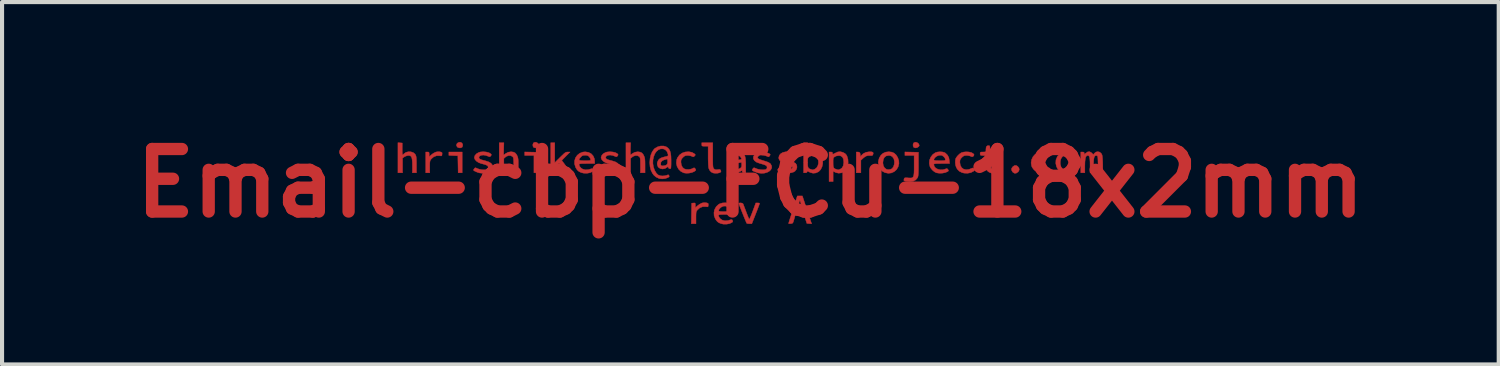
<source format=kicad_pcb>
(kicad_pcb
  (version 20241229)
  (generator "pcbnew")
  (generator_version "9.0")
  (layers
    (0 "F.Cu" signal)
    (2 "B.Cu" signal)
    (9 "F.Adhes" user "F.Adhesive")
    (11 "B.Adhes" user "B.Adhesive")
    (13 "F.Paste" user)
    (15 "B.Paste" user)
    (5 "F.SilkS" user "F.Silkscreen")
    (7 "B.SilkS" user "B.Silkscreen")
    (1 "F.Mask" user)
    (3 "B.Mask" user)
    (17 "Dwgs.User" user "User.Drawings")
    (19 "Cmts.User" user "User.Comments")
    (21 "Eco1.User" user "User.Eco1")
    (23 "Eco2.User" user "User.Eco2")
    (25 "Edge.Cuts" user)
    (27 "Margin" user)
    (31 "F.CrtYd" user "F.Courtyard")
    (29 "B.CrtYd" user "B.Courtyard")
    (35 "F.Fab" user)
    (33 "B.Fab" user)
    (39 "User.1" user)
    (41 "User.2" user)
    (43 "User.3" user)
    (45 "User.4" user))
  (footprint "Email-cbp-FCu-18x2mm"
    (layer "F.Cu")
    (at 15.247 1.418)
    (property "Reference" "Email-cbp-FCu-18x2mm" (at 0 0 0) (layer "F.Cu") (effects (font (size 1.524 1.524) (thickness 0.3))))
    (attr through_hole)
    (fp_poly (pts (xy -7.027 -0.254) (xy -7.125 -0.254) (xy -7.133 -0.67) (xy -7.243 -0.674) (xy -7.352 -0.679) (xy -7.352 -0.762) (xy -7.027 -0.762) (xy -7.027 -0.254)) (stroke (width 0.01) (type solid)) (fill yes) (layer "F.Cu"))
    (fp_poly (pts (xy -5.338 -0.759) (xy -5.172 -0.755) (xy -5.168 -0.504) (xy -5.164 -0.254) (xy -5.278 -0.254) (xy -5.278 -0.677) (xy -5.503 -0.677) (xy -5.503 -0.763) (xy -5.338 -0.759)) (stroke (width 0.01) (type solid)) (fill yes) (layer "F.Cu"))
    (fp_poly (pts (xy -7.064 -0.999) (xy -7.032 -0.98) (xy -7.014 -0.946) (xy -7.013 -0.934) (xy -7.019 -0.899) (xy -7.03 -0.878) (xy -7.062 -0.863) (xy -7.103 -0.863) (xy -7.139 -0.877) (xy -7.146 -0.883) (xy -7.167 -0.919) (xy -7.16 -0.957) (xy -7.143 -0.979) (xy -7.104 -0.999) (xy -7.064 -0.999)) (stroke (width 0.01) (type solid)) (fill yes) (layer "F.Cu"))
    (fp_poly (pts (xy -5.209 -0.994) (xy -5.174 -0.969) (xy -5.166 -0.957) (xy -5.153 -0.928) (xy -5.157 -0.908) (xy -5.171 -0.89) (xy -5.206 -0.868) (xy -5.247 -0.861) (xy -5.283 -0.873) (xy -5.289 -0.878) (xy -5.303 -0.908) (xy -5.304 -0.948) (xy -5.291 -0.981) (xy -5.285 -0.987) (xy -5.249 -1.001) (xy -5.209 -0.994)) (stroke (width 0.01) (type solid)) (fill yes) (layer "F.Cu"))
    (fp_poly (pts (xy 4.062 -0.994) (xy 4.097 -0.969) (xy 4.105 -0.957) (xy 4.118 -0.928) (xy 4.114 -0.908) (xy 4.1 -0.89) (xy 4.065 -0.868) (xy 4.024 -0.861) (xy 3.988 -0.873) (xy 3.982 -0.878) (xy 3.968 -0.908) (xy 3.967 -0.948) (xy 3.98 -0.981) (xy 3.986 -0.987) (xy 4.022 -1.001) (xy 4.062 -0.994)) (stroke (width 0.01) (type solid)) (fill yes) (layer "F.Cu"))
    (fp_poly (pts (xy 6.517 -0.413) (xy 6.55 -0.371) (xy 6.556 -0.326) (xy 6.535 -0.283) (xy 6.528 -0.276) (xy 6.484 -0.246) (xy 6.441 -0.243) (xy 6.401 -0.268) (xy 6.393 -0.277) (xy 6.368 -0.322) (xy 6.37 -0.362) (xy 6.399 -0.403) (xy 6.399 -0.403) (xy 6.441 -0.432) (xy 6.482 -0.433) (xy 6.517 -0.413)) (stroke (width 0.01) (type solid)) (fill yes) (layer "F.Cu"))
    (fp_poly (pts (xy 2.953 -0.766) (xy 2.984 -0.757) (xy 2.996 -0.74) (xy 2.993 -0.711) (xy 2.992 -0.709) (xy 2.982 -0.684) (xy 2.964 -0.674) (xy 2.928 -0.674) (xy 2.927 -0.674) (xy 2.866 -0.674) (xy 2.819 -0.661) (xy 2.772 -0.63) (xy 2.751 -0.612) (xy 2.695 -0.561) (xy 2.695 -0.254) (xy 2.582 -0.254) (xy 2.582 -0.762) (xy 2.623 -0.762) (xy 2.657 -0.755) (xy 2.675 -0.73) (xy 2.681 -0.684) (xy 2.681 -0.68) (xy 2.682 -0.654) (xy 2.689 -0.655) (xy 2.702 -0.673) (xy 2.752 -0.721) (xy 2.818 -0.754) (xy 2.894 -0.767) (xy 2.898 -0.767) (xy 2.953 -0.766)) (stroke (width 0.01) (type solid)) (fill yes) (layer "F.Cu"))
    (fp_poly (pts (xy -4.77 -0.502) (xy -4.639 -0.632) (xy -4.584 -0.685) (xy -4.545 -0.722) (xy -4.516 -0.745) (xy -4.492 -0.757) (xy -4.47 -0.761) (xy -4.452 -0.762) (xy -4.396 -0.762) (xy -4.498 -0.66) (xy -4.599 -0.557) (xy -4.487 -0.406) (xy -4.375 -0.254) (xy -4.435 -0.254) (xy -4.462 -0.255) (xy -4.483 -0.261) (xy -4.503 -0.275) (xy -4.527 -0.302) (xy -4.56 -0.347) (xy -4.579 -0.374) (xy -4.664 -0.492) (xy -4.717 -0.441) (xy -4.749 -0.406) (xy -4.765 -0.376) (xy -4.769 -0.337) (xy -4.77 -0.322) (xy -4.77 -0.254) (xy -4.868 -0.254) (xy -4.868 -0.988) (xy -4.77 -0.988) (xy -4.77 -0.502)) (stroke (width 0.01) (type solid)) (fill yes) (layer "F.Cu"))
    (fp_poly (pts (xy -7.573 -0.767) (xy -7.536 -0.758) (xy -7.517 -0.743) (xy -7.516 -0.736) (xy -7.518 -0.709) (xy -7.519 -0.69) (xy -7.524 -0.672) (xy -7.539 -0.666) (xy -7.573 -0.669) (xy -7.577 -0.67) (xy -7.654 -0.67) (xy -7.723 -0.643) (xy -7.775 -0.598) (xy -7.794 -0.575) (xy -7.806 -0.554) (xy -7.813 -0.528) (xy -7.817 -0.491) (xy -7.818 -0.435) (xy -7.818 -0.402) (xy -7.818 -0.254) (xy -7.916 -0.254) (xy -7.916 -0.762) (xy -7.874 -0.762) (xy -7.847 -0.76) (xy -7.835 -0.748) (xy -7.832 -0.719) (xy -7.832 -0.704) (xy -7.832 -0.646) (xy -7.776 -0.696) (xy -7.732 -0.729) (xy -7.683 -0.755) (xy -7.663 -0.762) (xy -7.618 -0.769) (xy -7.573 -0.767)) (stroke (width 0.01) (type solid)) (fill yes) (layer "F.Cu"))
    (fp_poly (pts (xy -1.082 0.475) (xy -1.045 0.484) (xy -1.026 0.499) (xy -1.024 0.505) (xy -1.027 0.533) (xy -1.028 0.552) (xy -1.032 0.57) (xy -1.048 0.576) (xy -1.081 0.572) (xy -1.086 0.572) (xy -1.163 0.572) (xy -1.232 0.599) (xy -1.283 0.643) (xy -1.303 0.666) (xy -1.315 0.688) (xy -1.322 0.713) (xy -1.325 0.751) (xy -1.326 0.806) (xy -1.326 0.84) (xy -1.326 0.988) (xy -1.44 0.988) (xy -1.436 0.737) (xy -1.432 0.487) (xy -1.386 0.482) (xy -1.358 0.481) (xy -1.344 0.49) (xy -1.341 0.516) (xy -1.341 0.537) (xy -1.341 0.596) (xy -1.285 0.546) (xy -1.24 0.513) (xy -1.192 0.487) (xy -1.172 0.48) (xy -1.127 0.473) (xy -1.082 0.475)) (stroke (width 0.01) (type solid)) (fill yes) (layer "F.Cu"))
    (fp_poly (pts (xy 3.933 -0.759) (xy 4.099 -0.755) (xy 4.099 -0.466) (xy 4.099 -0.365) (xy 4.098 -0.289) (xy 4.096 -0.233) (xy 4.092 -0.192) (xy 4.087 -0.163) (xy 4.08 -0.142) (xy 4.074 -0.131) (xy 4.032 -0.081) (xy 3.971 -0.049) (xy 3.895 -0.037) (xy 3.812 -0.044) (xy 3.768 -0.053) (xy 3.747 -0.062) (xy 3.742 -0.076) (xy 3.747 -0.101) (xy 3.747 -0.102) (xy 3.753 -0.121) (xy 3.764 -0.13) (xy 3.788 -0.134) (xy 3.83 -0.132) (xy 3.851 -0.13) (xy 3.897 -0.128) (xy 3.932 -0.13) (xy 3.957 -0.14) (xy 3.975 -0.162) (xy 3.985 -0.199) (xy 3.991 -0.253) (xy 3.993 -0.329) (xy 3.993 -0.43) (xy 3.993 -0.677) (xy 3.768 -0.677) (xy 3.768 -0.763) (xy 3.933 -0.759)) (stroke (width 0.01) (type solid)) (fill yes) (layer "F.Cu"))
    (fp_poly (pts (xy -8.541 -0.985) (xy -8.488 -0.981) (xy -8.489 -0.836) (xy -8.489 -0.776) (xy -8.487 -0.728) (xy -8.484 -0.698) (xy -8.481 -0.691) (xy -8.465 -0.701) (xy -8.445 -0.72) (xy -8.399 -0.753) (xy -8.34 -0.768) (xy -8.278 -0.766) (xy -8.221 -0.748) (xy -8.178 -0.713) (xy -8.17 -0.701) (xy -8.159 -0.68) (xy -8.151 -0.654) (xy -8.146 -0.619) (xy -8.143 -0.569) (xy -8.142 -0.499) (xy -8.142 -0.455) (xy -8.142 -0.254) (xy -8.241 -0.254) (xy -8.241 -0.424) (xy -8.242 -0.512) (xy -8.248 -0.577) (xy -8.257 -0.622) (xy -8.272 -0.651) (xy -8.289 -0.667) (xy -8.326 -0.677) (xy -8.375 -0.671) (xy -8.424 -0.652) (xy -8.434 -0.646) (xy -8.481 -0.614) (xy -8.481 -0.434) (xy -8.481 -0.254) (xy -8.594 -0.254) (xy -8.594 -0.989) (xy -8.541 -0.985)) (stroke (width 0.01) (type solid)) (fill yes) (layer "F.Cu"))
    (fp_poly (pts (xy -6.014 -0.84) (xy -6.015 -0.779) (xy -6.016 -0.73) (xy -6.015 -0.699) (xy -6.014 -0.691) (xy -6 -0.699) (xy -5.975 -0.718) (xy -5.973 -0.72) (xy -5.907 -0.756) (xy -5.835 -0.768) (xy -5.776 -0.759) (xy -5.737 -0.74) (xy -5.708 -0.708) (xy -5.69 -0.678) (xy -5.677 -0.648) (xy -5.668 -0.618) (xy -5.662 -0.58) (xy -5.659 -0.529) (xy -5.659 -0.457) (xy -5.659 -0.434) (xy -5.659 -0.254) (xy -5.771 -0.254) (xy -5.771 -0.437) (xy -5.772 -0.514) (xy -5.774 -0.567) (xy -5.777 -0.603) (xy -5.783 -0.626) (xy -5.793 -0.642) (xy -5.8 -0.649) (xy -5.842 -0.673) (xy -5.894 -0.675) (xy -5.947 -0.656) (xy -5.968 -0.641) (xy -6.011 -0.604) (xy -6.011 -0.254) (xy -6.124 -0.254) (xy -6.124 -0.988) (xy -6.01 -0.988) (xy -6.014 -0.84)) (stroke (width 0.01) (type solid)) (fill yes) (layer "F.Cu"))
    (fp_poly (pts (xy -2.924 -0.84) (xy -2.925 -0.779) (xy -2.925 -0.73) (xy -2.925 -0.699) (xy -2.923 -0.691) (xy -2.91 -0.699) (xy -2.885 -0.718) (xy -2.883 -0.72) (xy -2.817 -0.756) (xy -2.745 -0.768) (xy -2.686 -0.759) (xy -2.646 -0.74) (xy -2.617 -0.708) (xy -2.6 -0.678) (xy -2.587 -0.648) (xy -2.577 -0.618) (xy -2.572 -0.58) (xy -2.569 -0.529) (xy -2.568 -0.457) (xy -2.568 -0.434) (xy -2.568 -0.254) (xy -2.681 -0.254) (xy -2.681 -0.437) (xy -2.682 -0.514) (xy -2.683 -0.567) (xy -2.687 -0.603) (xy -2.693 -0.626) (xy -2.703 -0.642) (xy -2.709 -0.649) (xy -2.752 -0.673) (xy -2.804 -0.675) (xy -2.856 -0.656) (xy -2.878 -0.641) (xy -2.921 -0.604) (xy -2.921 -0.254) (xy -3.034 -0.254) (xy -3.034 -0.988) (xy -2.919 -0.988) (xy -2.924 -0.84)) (stroke (width 0.01) (type solid)) (fill yes) (layer "F.Cu"))
    (fp_poly (pts (xy -0.917 -0.684) (xy -0.917 -0.584) (xy -0.916 -0.508) (xy -0.915 -0.453) (xy -0.912 -0.414) (xy -0.908 -0.388) (xy -0.902 -0.37) (xy -0.894 -0.358) (xy -0.888 -0.352) (xy -0.864 -0.334) (xy -0.835 -0.329) (xy -0.797 -0.332) (xy -0.757 -0.337) (xy -0.736 -0.332) (xy -0.724 -0.316) (xy -0.721 -0.308) (xy -0.716 -0.283) (xy -0.731 -0.266) (xy -0.746 -0.258) (xy -0.796 -0.245) (xy -0.857 -0.243) (xy -0.91 -0.25) (xy -0.956 -0.274) (xy -0.994 -0.317) (xy -1.016 -0.366) (xy -1.021 -0.397) (xy -1.025 -0.45) (xy -1.028 -0.519) (xy -1.03 -0.599) (xy -1.03 -0.66) (xy -1.03 -0.903) (xy -1.108 -0.903) (xy -1.152 -0.904) (xy -1.175 -0.908) (xy -1.184 -0.921) (xy -1.185 -0.945) (xy -1.185 -0.988) (xy -0.917 -0.988) (xy -0.917 -0.684)) (stroke (width 0.01) (type solid)) (fill yes) (layer "F.Cu"))
    (fp_poly (pts (xy 1.381 0.65) (xy 1.494 0.989) (xy 1.436 0.985) (xy 1.378 0.981) (xy 1.348 0.889) (xy 1.319 0.797) (xy 1.205 0.793) (xy 1.091 0.789) (xy 1.064 0.885) (xy 1.049 0.935) (xy 1.037 0.964) (xy 1.022 0.978) (xy 1 0.984) (xy 0.984 0.985) (xy 0.95 0.986) (xy 0.932 0.982) (xy 0.931 0.98) (xy 0.936 0.965) (xy 0.947 0.926) (xy 0.965 0.869) (xy 0.989 0.795) (xy 1.016 0.71) (xy 1.017 0.706) (xy 1.118 0.706) (xy 1.295 0.706) (xy 1.254 0.568) (xy 1.237 0.509) (xy 1.222 0.46) (xy 1.212 0.427) (xy 1.209 0.418) (xy 1.204 0.425) (xy 1.193 0.455) (xy 1.178 0.502) (xy 1.162 0.555) (xy 1.118 0.706) (xy 1.017 0.706) (xy 1.038 0.641) (xy 1.145 0.31) (xy 1.268 0.31) (xy 1.381 0.65)) (stroke (width 0.01) (type solid)) (fill yes) (layer "F.Cu"))
    (fp_poly (pts (xy -0.212 0.483) (xy -0.185 0.494) (xy -0.177 0.504) (xy -0.168 0.527) (xy -0.152 0.569) (xy -0.13 0.626) (xy -0.105 0.692) (xy -0.103 0.699) (xy -0.078 0.763) (xy -0.056 0.818) (xy -0.039 0.858) (xy -0.03 0.878) (xy -0.029 0.879) (xy -0.021 0.87) (xy -0.006 0.839) (xy 0.016 0.79) (xy 0.041 0.727) (xy 0.057 0.685) (xy 0.133 0.48) (xy 0.179 0.48) (xy 0.211 0.483) (xy 0.226 0.49) (xy 0.226 0.49) (xy 0.221 0.506) (xy 0.208 0.544) (xy 0.187 0.599) (xy 0.161 0.668) (xy 0.131 0.744) (xy 0.035 0.988) (xy -0.024 0.988) (xy -0.062 0.985) (xy -0.086 0.98) (xy -0.089 0.977) (xy -0.098 0.958) (xy -0.115 0.918) (xy -0.138 0.863) (xy -0.164 0.799) (xy -0.192 0.729) (xy -0.219 0.661) (xy -0.244 0.598) (xy -0.264 0.545) (xy -0.277 0.509) (xy -0.282 0.494) (xy -0.271 0.482) (xy -0.244 0.479) (xy -0.212 0.483)) (stroke (width 0.01) (type solid)) (fill yes) (layer "F.Cu"))
    (fp_poly (pts (xy 7.22 -0.756) (xy 7.257 -0.742) (xy 7.295 -0.72) (xy 7.307 -0.698) (xy 7.297 -0.67) (xy 7.288 -0.658) (xy 7.272 -0.64) (xy 7.255 -0.641) (xy 7.233 -0.654) (xy 7.184 -0.673) (xy 7.123 -0.677) (xy 7.064 -0.667) (xy 7.028 -0.649) (xy 6.984 -0.603) (xy 6.961 -0.546) (xy 6.959 -0.486) (xy 6.976 -0.428) (xy 7.012 -0.379) (xy 7.064 -0.345) (xy 7.081 -0.339) (xy 7.152 -0.333) (xy 7.222 -0.349) (xy 7.25 -0.364) (xy 7.275 -0.377) (xy 7.292 -0.371) (xy 7.303 -0.358) (xy 7.317 -0.331) (xy 7.311 -0.309) (xy 7.282 -0.285) (xy 7.27 -0.278) (xy 7.217 -0.258) (xy 7.148 -0.247) (xy 7.077 -0.247) (xy 7.023 -0.256) (xy 6.967 -0.284) (xy 6.914 -0.33) (xy 6.872 -0.386) (xy 6.857 -0.42) (xy 6.845 -0.497) (xy 6.858 -0.575) (xy 6.892 -0.648) (xy 6.945 -0.707) (xy 6.989 -0.736) (xy 7.061 -0.76) (xy 7.142 -0.767) (xy 7.22 -0.756)) (stroke (width 0.01) (type solid)) (fill yes) (layer "F.Cu"))
    (fp_poly (pts (xy -1.423 -0.753) (xy -1.367 -0.721) (xy -1.345 -0.701) (xy -1.343 -0.686) (xy -1.36 -0.665) (xy -1.381 -0.646) (xy -1.401 -0.645) (xy -1.426 -0.657) (xy -1.466 -0.67) (xy -1.516 -0.677) (xy -1.532 -0.677) (xy -1.577 -0.674) (xy -1.611 -0.659) (xy -1.645 -0.629) (xy -1.676 -0.594) (xy -1.69 -0.56) (xy -1.693 -0.515) (xy -1.683 -0.445) (xy -1.655 -0.388) (xy -1.613 -0.352) (xy -1.563 -0.337) (xy -1.502 -0.336) (xy -1.441 -0.347) (xy -1.413 -0.359) (xy -1.382 -0.374) (xy -1.364 -0.375) (xy -1.35 -0.362) (xy -1.347 -0.357) (xy -1.331 -0.333) (xy -1.332 -0.316) (xy -1.353 -0.297) (xy -1.376 -0.282) (xy -1.428 -0.261) (xy -1.495 -0.247) (xy -1.564 -0.244) (xy -1.622 -0.252) (xy -1.626 -0.253) (xy -1.697 -0.29) (xy -1.752 -0.345) (xy -1.789 -0.414) (xy -1.805 -0.49) (xy -1.798 -0.569) (xy -1.779 -0.62) (xy -1.729 -0.689) (xy -1.662 -0.737) (xy -1.589 -0.762) (xy -1.501 -0.769) (xy -1.423 -0.753)) (stroke (width 0.01) (type solid)) (fill yes) (layer "F.Cu"))
    (fp_poly (pts (xy 3.452 -0.758) (xy 3.504 -0.735) (xy 3.555 -0.689) (xy 3.595 -0.624) (xy 3.619 -0.551) (xy 3.623 -0.48) (xy 3.603 -0.399) (xy 3.563 -0.332) (xy 3.506 -0.282) (xy 3.438 -0.251) (xy 3.363 -0.242) (xy 3.286 -0.258) (xy 3.274 -0.262) (xy 3.214 -0.296) (xy 3.17 -0.342) (xy 3.145 -0.384) (xy 3.122 -0.459) (xy 3.122 -0.496) (xy 3.231 -0.496) (xy 3.242 -0.428) (xy 3.273 -0.374) (xy 3.32 -0.339) (xy 3.322 -0.338) (xy 3.363 -0.332) (xy 3.412 -0.338) (xy 3.452 -0.355) (xy 3.455 -0.357) (xy 3.488 -0.4) (xy 3.508 -0.459) (xy 3.513 -0.524) (xy 3.501 -0.587) (xy 3.492 -0.607) (xy 3.458 -0.652) (xy 3.409 -0.674) (xy 3.373 -0.677) (xy 3.312 -0.666) (xy 3.268 -0.632) (xy 3.241 -0.576) (xy 3.231 -0.499) (xy 3.231 -0.496) (xy 3.122 -0.496) (xy 3.121 -0.538) (xy 3.142 -0.616) (xy 3.183 -0.684) (xy 3.234 -0.73) (xy 3.301 -0.759) (xy 3.377 -0.768) (xy 3.452 -0.758)) (stroke (width 0.01) (type solid)) (fill yes) (layer "F.Cu"))
    (fp_poly (pts (xy 5.324 -0.763) (xy 5.382 -0.751) (xy 5.4 -0.743) (xy 5.44 -0.718) (xy 5.455 -0.697) (xy 5.448 -0.673) (xy 5.44 -0.663) (xy 5.42 -0.646) (xy 5.4 -0.646) (xy 5.375 -0.657) (xy 5.336 -0.67) (xy 5.286 -0.677) (xy 5.27 -0.677) (xy 5.224 -0.674) (xy 5.191 -0.659) (xy 5.156 -0.629) (xy 5.126 -0.594) (xy 5.112 -0.561) (xy 5.108 -0.515) (xy 5.108 -0.513) (xy 5.119 -0.439) (xy 5.15 -0.382) (xy 5.198 -0.345) (xy 5.259 -0.33) (xy 5.33 -0.338) (xy 5.393 -0.362) (xy 5.422 -0.373) (xy 5.44 -0.367) (xy 5.453 -0.349) (xy 5.467 -0.325) (xy 5.461 -0.308) (xy 5.444 -0.294) (xy 5.376 -0.259) (xy 5.296 -0.243) (xy 5.211 -0.247) (xy 5.16 -0.26) (xy 5.096 -0.292) (xy 5.049 -0.339) (xy 5.022 -0.384) (xy 5.004 -0.436) (xy 4.996 -0.499) (xy 4.998 -0.561) (xy 5.01 -0.609) (xy 5.011 -0.611) (xy 5.047 -0.662) (xy 5.096 -0.711) (xy 5.143 -0.744) (xy 5.193 -0.759) (xy 5.257 -0.766) (xy 5.324 -0.763)) (stroke (width 0.01) (type solid)) (fill yes) (layer "F.Cu"))
    (fp_poly (pts (xy 5.825 -0.916) (xy 5.837 -0.907) (xy 5.841 -0.883) (xy 5.842 -0.84) (xy 5.842 -0.762) (xy 6.082 -0.762) (xy 6.082 -0.677) (xy 5.842 -0.677) (xy 5.842 -0.538) (xy 5.844 -0.457) (xy 5.851 -0.401) (xy 5.867 -0.364) (xy 5.894 -0.343) (xy 5.935 -0.334) (xy 5.985 -0.333) (xy 6.043 -0.33) (xy 6.077 -0.321) (xy 6.093 -0.304) (xy 6.096 -0.286) (xy 6.083 -0.271) (xy 6.05 -0.257) (xy 6.004 -0.247) (xy 5.953 -0.242) (xy 5.904 -0.243) (xy 5.87 -0.249) (xy 5.821 -0.269) (xy 5.785 -0.296) (xy 5.761 -0.333) (xy 5.747 -0.386) (xy 5.74 -0.458) (xy 5.738 -0.521) (xy 5.736 -0.67) (xy 5.669 -0.675) (xy 5.629 -0.678) (xy 5.609 -0.686) (xy 5.603 -0.704) (xy 5.602 -0.72) (xy 5.604 -0.745) (xy 5.613 -0.757) (xy 5.638 -0.762) (xy 5.673 -0.762) (xy 5.714 -0.763) (xy 5.735 -0.769) (xy 5.743 -0.784) (xy 5.743 -0.808) (xy 5.747 -0.865) (xy 5.759 -0.899) (xy 5.782 -0.915) (xy 5.801 -0.917) (xy 5.825 -0.916)) (stroke (width 0.01) (type solid)) (fill yes) (layer "F.Cu"))
    (fp_poly (pts (xy 7.781 -0.753) (xy 7.851 -0.716) (xy 7.905 -0.659) (xy 7.939 -0.582) (xy 7.94 -0.579) (xy 7.951 -0.492) (xy 7.936 -0.413) (xy 7.901 -0.345) (xy 7.848 -0.292) (xy 7.781 -0.257) (xy 7.703 -0.243) (xy 7.618 -0.253) (xy 7.611 -0.255) (xy 7.549 -0.287) (xy 7.498 -0.34) (xy 7.464 -0.407) (xy 7.451 -0.465) (xy 7.557 -0.465) (xy 7.576 -0.399) (xy 7.58 -0.391) (xy 7.614 -0.355) (xy 7.663 -0.337) (xy 7.719 -0.336) (xy 7.774 -0.354) (xy 7.785 -0.361) (xy 7.81 -0.389) (xy 7.831 -0.435) (xy 7.844 -0.486) (xy 7.846 -0.512) (xy 7.838 -0.551) (xy 7.82 -0.597) (xy 7.796 -0.638) (xy 7.779 -0.658) (xy 7.739 -0.674) (xy 7.687 -0.676) (xy 7.638 -0.666) (xy 7.61 -0.65) (xy 7.575 -0.599) (xy 7.557 -0.535) (xy 7.557 -0.465) (xy 7.451 -0.465) (xy 7.447 -0.484) (xy 7.451 -0.564) (xy 7.455 -0.579) (xy 7.488 -0.656) (xy 7.541 -0.714) (xy 7.611 -0.752) (xy 7.694 -0.766) (xy 7.698 -0.766) (xy 7.781 -0.753)) (stroke (width 0.01) (type solid)) (fill yes) (layer "F.Cu"))
    (fp_poly (pts (xy 1.397 -0.707) (xy 1.449 -0.737) (xy 1.51 -0.761) (xy 1.578 -0.767) (xy 1.641 -0.756) (xy 1.669 -0.741) (xy 1.718 -0.694) (xy 1.749 -0.63) (xy 1.765 -0.556) (xy 1.765 -0.478) (xy 1.748 -0.402) (xy 1.715 -0.335) (xy 1.667 -0.284) (xy 1.664 -0.282) (xy 1.599 -0.251) (xy 1.528 -0.244) (xy 1.459 -0.263) (xy 1.45 -0.267) (xy 1.412 -0.288) (xy 1.392 -0.295) (xy 1.384 -0.289) (xy 1.383 -0.275) (xy 1.37 -0.258) (xy 1.341 -0.254) (xy 1.298 -0.254) (xy 1.298 -0.504) (xy 1.397 -0.504) (xy 1.397 -0.503) (xy 1.398 -0.438) (xy 1.405 -0.395) (xy 1.418 -0.368) (xy 1.443 -0.351) (xy 1.477 -0.339) (xy 1.507 -0.33) (xy 1.521 -0.326) (xy 1.535 -0.33) (xy 1.565 -0.341) (xy 1.572 -0.344) (xy 1.615 -0.376) (xy 1.645 -0.427) (xy 1.66 -0.487) (xy 1.658 -0.552) (xy 1.64 -0.611) (xy 1.625 -0.635) (xy 1.587 -0.664) (xy 1.535 -0.675) (xy 1.479 -0.666) (xy 1.443 -0.65) (xy 1.421 -0.635) (xy 1.407 -0.62) (xy 1.4 -0.598) (xy 1.397 -0.561) (xy 1.397 -0.504) (xy 1.298 -0.504) (xy 1.298 -0.988) (xy 1.397 -0.988) (xy 1.397 -0.707)) (stroke (width 0.01) (type solid)) (fill yes) (layer "F.Cu"))
    (fp_poly (pts (xy 8.518 -0.759) (xy 8.556 -0.727) (xy 8.575 -0.691) (xy 8.582 -0.657) (xy 8.587 -0.601) (xy 8.591 -0.53) (xy 8.593 -0.449) (xy 8.593 -0.448) (xy 8.594 -0.254) (xy 8.482 -0.254) (xy 8.478 -0.462) (xy 8.476 -0.543) (xy 8.474 -0.599) (xy 8.471 -0.637) (xy 8.466 -0.658) (xy 8.459 -0.669) (xy 8.449 -0.674) (xy 8.443 -0.675) (xy 8.416 -0.673) (xy 8.395 -0.657) (xy 8.381 -0.624) (xy 8.372 -0.57) (xy 8.368 -0.494) (xy 8.368 -0.434) (xy 8.368 -0.254) (xy 8.283 -0.254) (xy 8.283 -0.429) (xy 8.282 -0.523) (xy 8.277 -0.591) (xy 8.269 -0.637) (xy 8.256 -0.664) (xy 8.237 -0.676) (xy 8.227 -0.677) (xy 8.2 -0.669) (xy 8.18 -0.643) (xy 8.167 -0.595) (xy 8.159 -0.525) (xy 8.156 -0.43) (xy 8.156 -0.424) (xy 8.156 -0.254) (xy 8.057 -0.254) (xy 8.057 -0.762) (xy 8.1 -0.762) (xy 8.13 -0.758) (xy 8.141 -0.742) (xy 8.142 -0.731) (xy 8.142 -0.701) (xy 8.174 -0.73) (xy 8.223 -0.764) (xy 8.269 -0.77) (xy 8.312 -0.748) (xy 8.323 -0.739) (xy 8.363 -0.698) (xy 8.386 -0.728) (xy 8.426 -0.761) (xy 8.472 -0.77) (xy 8.518 -0.759)) (stroke (width 0.01) (type solid)) (fill yes) (layer "F.Cu"))
    (fp_poly (pts (xy 2.253 -0.754) (xy 2.265 -0.749) (xy 2.311 -0.723) (xy 2.342 -0.689) (xy 2.357 -0.66) (xy 2.38 -0.583) (xy 2.384 -0.501) (xy 2.372 -0.421) (xy 2.344 -0.35) (xy 2.301 -0.294) (xy 2.286 -0.282) (xy 2.222 -0.253) (xy 2.152 -0.245) (xy 2.084 -0.26) (xy 2.071 -0.266) (xy 2.018 -0.293) (xy 2.018 -0.042) (xy 1.919 -0.042) (xy 1.919 -0.504) (xy 2.018 -0.504) (xy 2.018 -0.503) (xy 2.019 -0.438) (xy 2.025 -0.395) (xy 2.039 -0.368) (xy 2.064 -0.351) (xy 2.098 -0.339) (xy 2.127 -0.33) (xy 2.139 -0.326) (xy 2.152 -0.329) (xy 2.181 -0.339) (xy 2.186 -0.34) (xy 2.232 -0.371) (xy 2.263 -0.423) (xy 2.276 -0.495) (xy 2.276 -0.52) (xy 2.268 -0.591) (xy 2.243 -0.64) (xy 2.201 -0.667) (xy 2.165 -0.674) (xy 2.097 -0.665) (xy 2.064 -0.65) (xy 2.041 -0.635) (xy 2.028 -0.62) (xy 2.021 -0.598) (xy 2.018 -0.561) (xy 2.018 -0.504) (xy 1.919 -0.504) (xy 1.919 -0.762) (xy 1.961 -0.762) (xy 1.992 -0.758) (xy 2.003 -0.741) (xy 2.004 -0.734) (xy 2.005 -0.713) (xy 2.013 -0.708) (xy 2.035 -0.717) (xy 2.063 -0.732) (xy 2.13 -0.763) (xy 2.19 -0.77) (xy 2.253 -0.754)) (stroke (width 0.01) (type solid)) (fill yes) (layer "F.Cu"))
    (fp_poly (pts (xy -6.443 -0.762) (xy -6.378 -0.746) (xy -6.336 -0.722) (xy -6.316 -0.702) (xy -6.318 -0.684) (xy -6.328 -0.668) (xy -6.347 -0.648) (xy -6.366 -0.646) (xy -6.389 -0.656) (xy -6.449 -0.678) (xy -6.508 -0.687) (xy -6.559 -0.683) (xy -6.597 -0.667) (xy -6.617 -0.641) (xy -6.618 -0.63) (xy -6.613 -0.608) (xy -6.595 -0.589) (xy -6.559 -0.573) (xy -6.502 -0.557) (xy -6.47 -0.549) (xy -6.384 -0.522) (xy -6.325 -0.488) (xy -6.291 -0.445) (xy -6.279 -0.393) (xy -6.292 -0.342) (xy -6.328 -0.3) (xy -6.381 -0.268) (xy -6.448 -0.248) (xy -6.523 -0.242) (xy -6.602 -0.251) (xy -6.646 -0.263) (xy -6.69 -0.281) (xy -6.726 -0.298) (xy -6.735 -0.303) (xy -6.751 -0.317) (xy -6.749 -0.332) (xy -6.734 -0.353) (xy -6.716 -0.373) (xy -6.699 -0.377) (xy -6.672 -0.366) (xy -6.661 -0.36) (xy -6.613 -0.343) (xy -6.555 -0.331) (xy -6.495 -0.327) (xy -6.446 -0.33) (xy -6.423 -0.337) (xy -6.397 -0.366) (xy -6.392 -0.389) (xy -6.399 -0.413) (xy -6.42 -0.434) (xy -6.459 -0.452) (xy -6.522 -0.47) (xy -6.562 -0.48) (xy -6.625 -0.503) (xy -6.678 -0.537) (xy -6.715 -0.578) (xy -6.731 -0.621) (xy -6.731 -0.625) (xy -6.718 -0.674) (xy -6.681 -0.717) (xy -6.627 -0.749) (xy -6.585 -0.762) (xy -6.515 -0.768) (xy -6.443 -0.762)) (stroke (width 0.01) (type solid)) (fill yes) (layer "F.Cu"))
    (fp_poly (pts (xy -3.352 -0.762) (xy -3.288 -0.746) (xy -3.245 -0.722) (xy -3.226 -0.702) (xy -3.228 -0.684) (xy -3.238 -0.668) (xy -3.256 -0.648) (xy -3.276 -0.646) (xy -3.299 -0.656) (xy -3.359 -0.678) (xy -3.417 -0.687) (xy -3.469 -0.683) (xy -3.507 -0.667) (xy -3.526 -0.641) (xy -3.528 -0.63) (xy -3.523 -0.608) (xy -3.505 -0.589) (xy -3.469 -0.573) (xy -3.412 -0.557) (xy -3.38 -0.549) (xy -3.294 -0.522) (xy -3.235 -0.488) (xy -3.2 -0.445) (xy -3.189 -0.393) (xy -3.202 -0.342) (xy -3.237 -0.3) (xy -3.291 -0.268) (xy -3.358 -0.248) (xy -3.433 -0.242) (xy -3.511 -0.251) (xy -3.556 -0.263) (xy -3.6 -0.281) (xy -3.635 -0.298) (xy -3.645 -0.303) (xy -3.661 -0.317) (xy -3.659 -0.332) (xy -3.644 -0.353) (xy -3.625 -0.373) (xy -3.608 -0.377) (xy -3.582 -0.366) (xy -3.571 -0.36) (xy -3.523 -0.343) (xy -3.464 -0.331) (xy -3.405 -0.327) (xy -3.355 -0.33) (xy -3.333 -0.337) (xy -3.307 -0.366) (xy -3.302 -0.389) (xy -3.308 -0.413) (xy -3.329 -0.434) (xy -3.369 -0.452) (xy -3.431 -0.47) (xy -3.471 -0.48) (xy -3.535 -0.503) (xy -3.588 -0.537) (xy -3.625 -0.578) (xy -3.641 -0.621) (xy -3.641 -0.625) (xy -3.627 -0.674) (xy -3.591 -0.717) (xy -3.536 -0.749) (xy -3.495 -0.762) (xy -3.425 -0.768) (xy -3.352 -0.762)) (stroke (width 0.01) (type solid)) (fill yes) (layer "F.Cu"))
    (fp_poly (pts (xy 1.009 -0.751) (xy 1.05 -0.736) (xy 1.12 -0.705) (xy 1.09 -0.674) (xy 1.064 -0.654) (xy 1.039 -0.654) (xy 1.024 -0.66) (xy 0.989 -0.672) (xy 0.94 -0.682) (xy 0.921 -0.685) (xy 0.875 -0.689) (xy 0.843 -0.682) (xy 0.818 -0.665) (xy 0.796 -0.641) (xy 0.795 -0.618) (xy 0.817 -0.597) (xy 0.864 -0.575) (xy 0.937 -0.551) (xy 0.943 -0.55) (xy 1.003 -0.531) (xy 1.055 -0.511) (xy 1.09 -0.494) (xy 1.1 -0.488) (xy 1.129 -0.444) (xy 1.137 -0.393) (xy 1.123 -0.341) (xy 1.089 -0.296) (xy 1.058 -0.275) (xy 1.006 -0.258) (xy 0.938 -0.248) (xy 0.866 -0.246) (xy 0.803 -0.253) (xy 0.783 -0.259) (xy 0.725 -0.28) (xy 0.684 -0.301) (xy 0.664 -0.318) (xy 0.663 -0.322) (xy 0.671 -0.341) (xy 0.681 -0.357) (xy 0.693 -0.37) (xy 0.709 -0.373) (xy 0.736 -0.366) (xy 0.773 -0.353) (xy 0.851 -0.331) (xy 0.922 -0.326) (xy 0.979 -0.337) (xy 1.004 -0.352) (xy 1.025 -0.376) (xy 1.025 -0.398) (xy 1.002 -0.421) (xy 0.955 -0.445) (xy 0.882 -0.472) (xy 0.874 -0.475) (xy 0.797 -0.503) (xy 0.743 -0.531) (xy 0.711 -0.561) (xy 0.695 -0.595) (xy 0.692 -0.626) (xy 0.705 -0.679) (xy 0.74 -0.721) (xy 0.793 -0.751) (xy 0.858 -0.766) (xy 0.932 -0.767) (xy 1.009 -0.751)) (stroke (width 0.01) (type solid)) (fill yes) (layer "F.Cu"))
    (fp_poly (pts (xy 4.684 -0.763) (xy 4.735 -0.748) (xy 4.752 -0.739) (xy 4.807 -0.686) (xy 4.839 -0.625) (xy 4.851 -0.558) (xy 4.858 -0.48) (xy 4.665 -0.48) (xy 4.588 -0.479) (xy 4.535 -0.478) (xy 4.501 -0.475) (xy 4.482 -0.47) (xy 4.475 -0.463) (xy 4.473 -0.455) (xy 4.486 -0.407) (xy 4.52 -0.369) (xy 4.571 -0.342) (xy 4.631 -0.328) (xy 4.696 -0.33) (xy 4.749 -0.345) (xy 4.782 -0.357) (xy 4.8 -0.355) (xy 4.816 -0.338) (xy 4.818 -0.335) (xy 4.832 -0.312) (xy 4.825 -0.296) (xy 4.815 -0.288) (xy 4.757 -0.261) (xy 4.683 -0.246) (xy 4.604 -0.244) (xy 4.534 -0.255) (xy 4.485 -0.281) (xy 4.435 -0.324) (xy 4.394 -0.376) (xy 4.379 -0.405) (xy 4.362 -0.482) (xy 4.368 -0.561) (xy 4.372 -0.571) (xy 4.474 -0.571) (xy 4.487 -0.559) (xy 4.521 -0.553) (xy 4.578 -0.551) (xy 4.614 -0.55) (xy 4.679 -0.551) (xy 4.72 -0.553) (xy 4.743 -0.557) (xy 4.753 -0.565) (xy 4.755 -0.577) (xy 4.743 -0.616) (xy 4.712 -0.652) (xy 4.672 -0.678) (xy 4.656 -0.682) (xy 4.6 -0.681) (xy 4.544 -0.66) (xy 4.501 -0.625) (xy 4.496 -0.619) (xy 4.478 -0.59) (xy 4.474 -0.571) (xy 4.372 -0.571) (xy 4.398 -0.636) (xy 4.447 -0.7) (xy 4.508 -0.744) (xy 4.56 -0.761) (xy 4.622 -0.767) (xy 4.684 -0.763)) (stroke (width 0.01) (type solid)) (fill yes) (layer "F.Cu"))
    (fp_poly (pts (xy -3.948 -0.754) (xy -3.881 -0.719) (xy -3.832 -0.665) (xy -3.802 -0.595) (xy -3.796 -0.54) (xy -3.796 -0.48) (xy -3.986 -0.48) (xy -4.063 -0.479) (xy -4.116 -0.478) (xy -4.15 -0.475) (xy -4.168 -0.47) (xy -4.176 -0.463) (xy -4.177 -0.455) (xy -4.165 -0.414) (xy -4.132 -0.374) (xy -4.092 -0.346) (xy -4.026 -0.327) (xy -3.95 -0.332) (xy -3.905 -0.345) (xy -3.87 -0.356) (xy -3.851 -0.355) (xy -3.839 -0.34) (xy -3.836 -0.335) (xy -3.829 -0.309) (xy -3.844 -0.289) (xy -3.846 -0.287) (xy -3.907 -0.257) (xy -3.982 -0.243) (xy -4.061 -0.245) (xy -4.125 -0.26) (xy -4.181 -0.287) (xy -4.222 -0.323) (xy -4.257 -0.378) (xy -4.263 -0.391) (xy -4.287 -0.47) (xy -4.287 -0.548) (xy -4.277 -0.578) (xy -4.177 -0.578) (xy -4.169 -0.562) (xy -4.139 -0.554) (xy -4.084 -0.551) (xy -4.036 -0.55) (xy -3.971 -0.551) (xy -3.93 -0.553) (xy -3.907 -0.557) (xy -3.897 -0.565) (xy -3.895 -0.577) (xy -3.895 -0.578) (xy -3.904 -0.607) (xy -3.925 -0.64) (xy -3.928 -0.644) (xy -3.954 -0.668) (xy -3.986 -0.68) (xy -4.029 -0.682) (xy -4.074 -0.679) (xy -4.105 -0.667) (xy -4.135 -0.639) (xy -4.137 -0.637) (xy -4.166 -0.602) (xy -4.177 -0.578) (xy -4.277 -0.578) (xy -4.264 -0.621) (xy -4.221 -0.683) (xy -4.161 -0.731) (xy -4.087 -0.76) (xy -4.028 -0.766) (xy -3.948 -0.754)) (stroke (width 0.01) (type solid)) (fill yes) (layer "F.Cu"))
    (fp_poly (pts (xy -0.528 0.492) (xy -0.505 0.503) (xy -0.462 0.541) (xy -0.426 0.597) (xy -0.402 0.66) (xy -0.395 0.709) (xy -0.395 0.762) (xy -0.586 0.762) (xy -0.662 0.762) (xy -0.715 0.763) (xy -0.748 0.766) (xy -0.767 0.771) (xy -0.774 0.779) (xy -0.776 0.79) (xy -0.776 0.79) (xy -0.767 0.818) (xy -0.745 0.853) (xy -0.737 0.862) (xy -0.686 0.899) (xy -0.62 0.915) (xy -0.545 0.909) (xy -0.511 0.899) (xy -0.474 0.887) (xy -0.453 0.886) (xy -0.441 0.897) (xy -0.435 0.907) (xy -0.428 0.933) (xy -0.443 0.953) (xy -0.446 0.955) (xy -0.506 0.984) (xy -0.581 0.998) (xy -0.66 0.997) (xy -0.723 0.982) (xy -0.771 0.961) (xy -0.805 0.936) (xy -0.836 0.898) (xy -0.856 0.865) (xy -0.884 0.792) (xy -0.888 0.715) (xy -0.877 0.666) (xy -0.776 0.666) (xy -0.767 0.68) (xy -0.736 0.688) (xy -0.68 0.691) (xy -0.635 0.691) (xy -0.566 0.69) (xy -0.521 0.687) (xy -0.499 0.681) (xy -0.494 0.674) (xy -0.501 0.651) (xy -0.518 0.617) (xy -0.521 0.612) (xy -0.559 0.574) (xy -0.609 0.556) (xy -0.663 0.56) (xy -0.714 0.585) (xy -0.741 0.61) (xy -0.767 0.643) (xy -0.776 0.666) (xy -0.877 0.666) (xy -0.871 0.639) (xy -0.834 0.572) (xy -0.779 0.519) (xy -0.744 0.499) (xy -0.673 0.479) (xy -0.597 0.477) (xy -0.528 0.492)) (stroke (width 0.01) (type solid)) (fill yes) (layer "F.Cu"))
    (fp_poly (pts (xy 0.378 -0.756) (xy 0.441 -0.731) (xy 0.474 -0.714) (xy 0.485 -0.7) (xy 0.479 -0.683) (xy 0.471 -0.67) (xy 0.453 -0.647) (xy 0.435 -0.645) (xy 0.41 -0.656) (xy 0.373 -0.67) (xy 0.323 -0.682) (xy 0.3 -0.685) (xy 0.255 -0.689) (xy 0.226 -0.685) (xy 0.204 -0.669) (xy 0.199 -0.665) (xy 0.18 -0.641) (xy 0.175 -0.621) (xy 0.187 -0.603) (xy 0.219 -0.585) (xy 0.273 -0.565) (xy 0.352 -0.54) (xy 0.362 -0.537) (xy 0.432 -0.513) (xy 0.477 -0.486) (xy 0.493 -0.471) (xy 0.519 -0.421) (xy 0.52 -0.373) (xy 0.499 -0.33) (xy 0.461 -0.293) (xy 0.407 -0.264) (xy 0.342 -0.246) (xy 0.27 -0.241) (xy 0.192 -0.251) (xy 0.162 -0.26) (xy 0.107 -0.28) (xy 0.066 -0.299) (xy 0.045 -0.316) (xy 0.043 -0.322) (xy 0.051 -0.34) (xy 0.063 -0.358) (xy 0.078 -0.374) (xy 0.094 -0.377) (xy 0.121 -0.367) (xy 0.135 -0.36) (xy 0.187 -0.342) (xy 0.248 -0.331) (xy 0.308 -0.327) (xy 0.358 -0.331) (xy 0.38 -0.338) (xy 0.404 -0.362) (xy 0.407 -0.392) (xy 0.402 -0.411) (xy 0.389 -0.427) (xy 0.365 -0.441) (xy 0.325 -0.457) (xy 0.263 -0.475) (xy 0.221 -0.487) (xy 0.147 -0.515) (xy 0.098 -0.553) (xy 0.073 -0.597) (xy 0.074 -0.647) (xy 0.102 -0.699) (xy 0.106 -0.703) (xy 0.156 -0.742) (xy 0.222 -0.764) (xy 0.298 -0.768) (xy 0.378 -0.756)) (stroke (width 0.01) (type solid)) (fill yes) (layer "F.Cu"))
    (fp_poly (pts (xy -0.25 -0.76) (xy -0.203 -0.744) (xy -0.17 -0.721) (xy -0.145 -0.691) (xy -0.129 -0.649) (xy -0.119 -0.591) (xy -0.114 -0.512) (xy -0.113 -0.439) (xy -0.113 -0.254) (xy -0.155 -0.254) (xy -0.186 -0.258) (xy -0.197 -0.275) (xy -0.198 -0.282) (xy -0.199 -0.305) (xy -0.201 -0.31) (xy -0.215 -0.305) (xy -0.245 -0.289) (xy -0.274 -0.275) (xy -0.355 -0.246) (xy -0.429 -0.243) (xy -0.485 -0.261) (xy -0.533 -0.295) (xy -0.557 -0.337) (xy -0.563 -0.386) (xy -0.465 -0.386) (xy -0.444 -0.354) (xy -0.434 -0.346) (xy -0.392 -0.331) (xy -0.337 -0.333) (xy -0.279 -0.35) (xy -0.252 -0.363) (xy -0.226 -0.383) (xy -0.214 -0.41) (xy -0.212 -0.448) (xy -0.214 -0.484) (xy -0.219 -0.506) (xy -0.221 -0.508) (xy -0.239 -0.506) (xy -0.276 -0.5) (xy -0.319 -0.493) (xy -0.385 -0.475) (xy -0.434 -0.449) (xy -0.461 -0.419) (xy -0.465 -0.386) (xy -0.563 -0.386) (xy -0.564 -0.39) (xy -0.56 -0.432) (xy -0.545 -0.463) (xy -0.516 -0.491) (xy -0.485 -0.514) (xy -0.446 -0.533) (xy -0.395 -0.548) (xy -0.324 -0.562) (xy -0.265 -0.572) (xy -0.227 -0.58) (xy -0.214 -0.594) (xy -0.225 -0.618) (xy -0.241 -0.64) (xy -0.263 -0.663) (xy -0.29 -0.674) (xy -0.332 -0.677) (xy -0.343 -0.677) (xy -0.393 -0.673) (xy -0.437 -0.663) (xy -0.452 -0.656) (xy -0.489 -0.639) (xy -0.513 -0.641) (xy -0.531 -0.664) (xy -0.533 -0.669) (xy -0.54 -0.689) (xy -0.535 -0.703) (xy -0.513 -0.718) (xy -0.475 -0.735) (xy -0.401 -0.758) (xy -0.322 -0.766) (xy -0.25 -0.76)) (stroke (width 0.01) (type solid)) (fill yes) (layer "F.Cu"))
    (fp_poly (pts (xy -2.051 -0.889) (xy -2.007 -0.857) (xy -1.978 -0.821) (xy -1.958 -0.78) (xy -1.944 -0.728) (xy -1.936 -0.661) (xy -1.933 -0.572) (xy -1.933 -0.537) (xy -1.933 -0.462) (xy -1.935 -0.411) (xy -1.937 -0.379) (xy -1.942 -0.361) (xy -1.951 -0.354) (xy -1.962 -0.353) (xy -1.963 -0.353) (xy -1.991 -0.365) (xy -2 -0.382) (xy -2.008 -0.401) (xy -2.022 -0.396) (xy -2.03 -0.39) (xy -2.082 -0.358) (xy -2.14 -0.347) (xy -2.195 -0.357) (xy -2.24 -0.386) (xy -2.251 -0.399) (xy -2.271 -0.451) (xy -2.27 -0.48) (xy -2.187 -0.48) (xy -2.184 -0.448) (xy -2.178 -0.433) (xy -2.153 -0.424) (xy -2.114 -0.425) (xy -2.074 -0.434) (xy -2.049 -0.445) (xy -2.028 -0.467) (xy -2.019 -0.501) (xy -2.018 -0.531) (xy -2.02 -0.57) (xy -2.026 -0.587) (xy -2.041 -0.588) (xy -2.043 -0.588) (xy -2.076 -0.578) (xy -2.103 -0.571) (xy -2.153 -0.546) (xy -2.182 -0.509) (xy -2.187 -0.48) (xy -2.27 -0.48) (xy -2.269 -0.508) (xy -2.246 -0.561) (xy -2.232 -0.578) (xy -2.207 -0.6) (xy -2.177 -0.617) (xy -2.135 -0.632) (xy -2.075 -0.648) (xy -2.041 -0.655) (xy -2.014 -0.665) (xy -2.006 -0.682) (xy -2.009 -0.71) (xy -2.033 -0.773) (xy -2.075 -0.817) (xy -2.12 -0.837) (xy -2.183 -0.839) (xy -2.241 -0.818) (xy -2.29 -0.776) (xy -2.33 -0.718) (xy -2.358 -0.647) (xy -2.375 -0.568) (xy -2.377 -0.483) (xy -2.364 -0.398) (xy -2.334 -0.315) (xy -2.33 -0.307) (xy -2.291 -0.243) (xy -2.247 -0.202) (xy -2.194 -0.182) (xy -2.14 -0.178) (xy -2.091 -0.182) (xy -2.048 -0.191) (xy -2.033 -0.197) (xy -2.006 -0.207) (xy -1.991 -0.2) (xy -1.988 -0.195) (xy -1.977 -0.171) (xy -1.986 -0.153) (xy -2.015 -0.136) (xy -2.078 -0.114) (xy -2.149 -0.106) (xy -2.215 -0.113) (xy -2.231 -0.118) (xy -2.3 -0.151) (xy -2.353 -0.196) (xy -2.387 -0.241) (xy -2.425 -0.317) (xy -2.447 -0.406) (xy -2.454 -0.502) (xy -2.447 -0.599) (xy -2.426 -0.691) (xy -2.392 -0.771) (xy -2.346 -0.834) (xy -2.327 -0.851) (xy -2.259 -0.889) (xy -2.186 -0.908) (xy -2.114 -0.908) (xy -2.051 -0.889)) (stroke (width 0.01) (type solid)) (fill yes) (layer "F.Cu")))
  (gr_rect
    (start -3 -3)
    (end 33.495 5.836)
    (stroke (width 0.1) (type default))
    (fill no)
    (layer "Edge.Cuts")))
</source>
